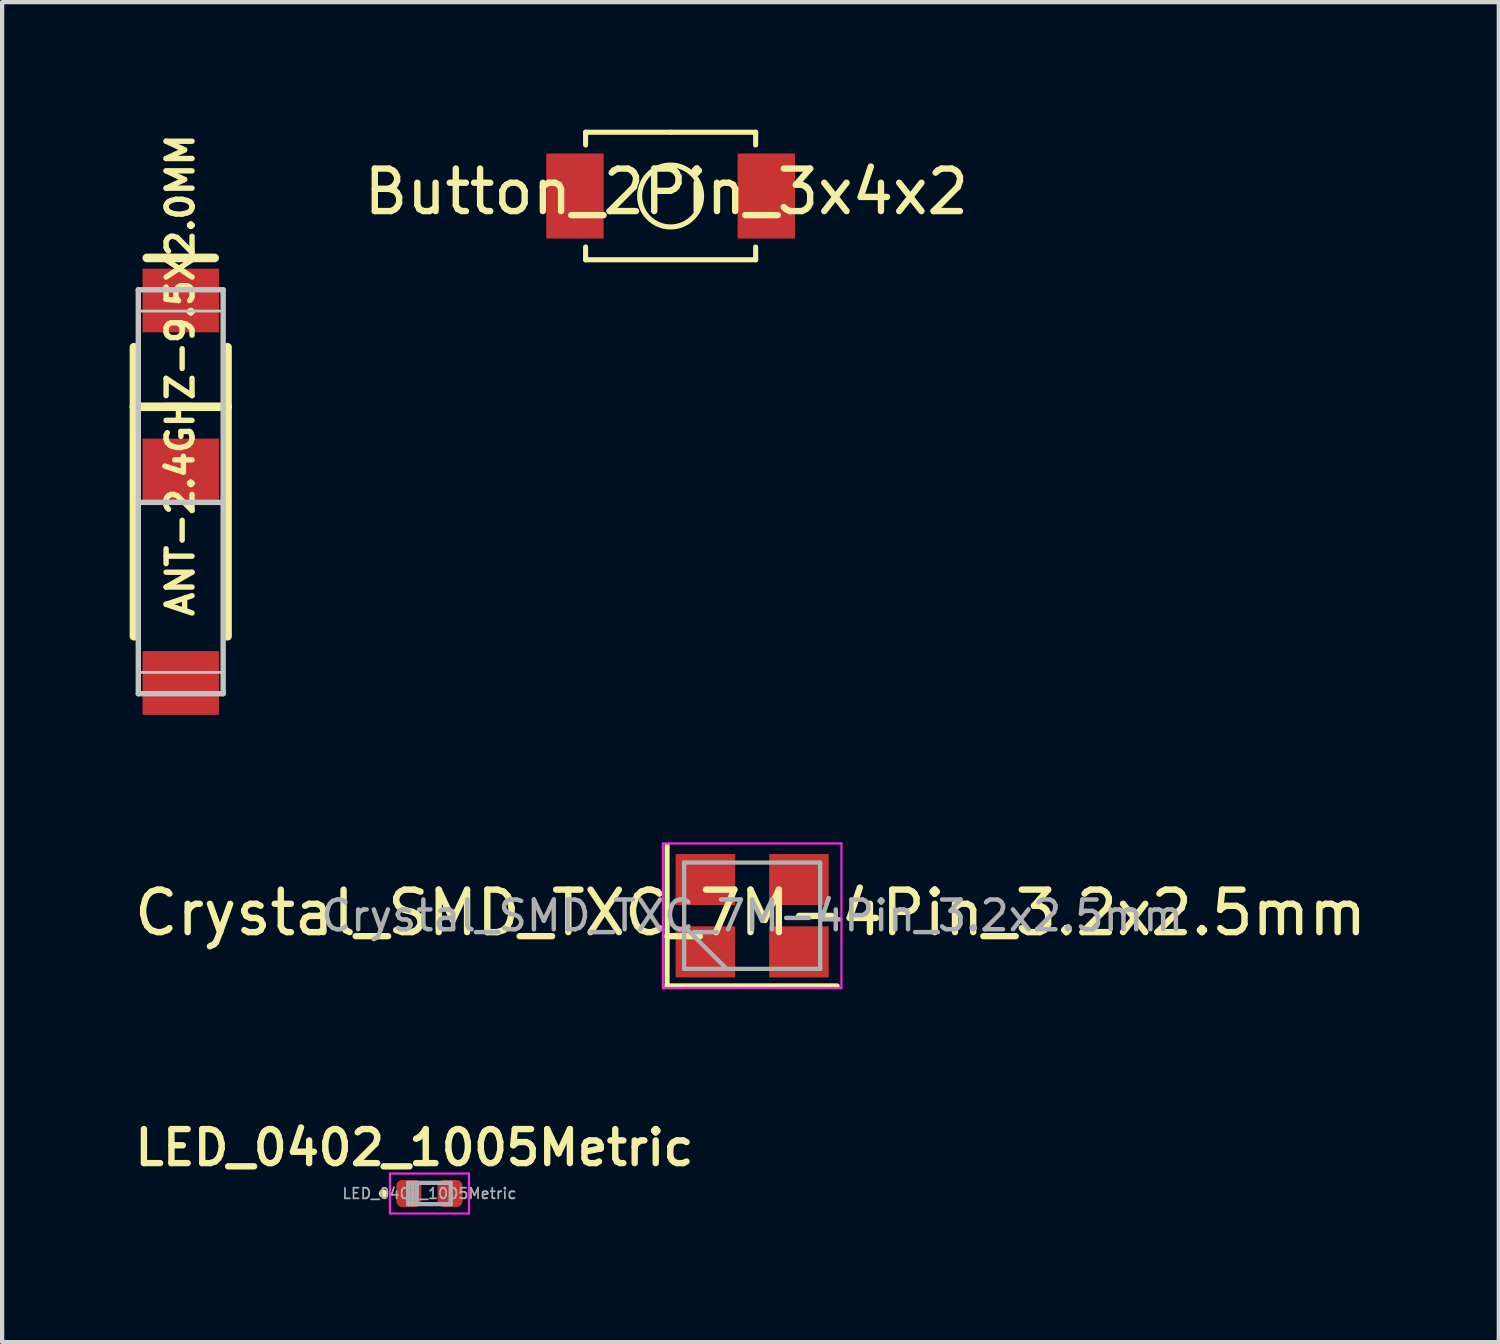
<source format=kicad_pcb>
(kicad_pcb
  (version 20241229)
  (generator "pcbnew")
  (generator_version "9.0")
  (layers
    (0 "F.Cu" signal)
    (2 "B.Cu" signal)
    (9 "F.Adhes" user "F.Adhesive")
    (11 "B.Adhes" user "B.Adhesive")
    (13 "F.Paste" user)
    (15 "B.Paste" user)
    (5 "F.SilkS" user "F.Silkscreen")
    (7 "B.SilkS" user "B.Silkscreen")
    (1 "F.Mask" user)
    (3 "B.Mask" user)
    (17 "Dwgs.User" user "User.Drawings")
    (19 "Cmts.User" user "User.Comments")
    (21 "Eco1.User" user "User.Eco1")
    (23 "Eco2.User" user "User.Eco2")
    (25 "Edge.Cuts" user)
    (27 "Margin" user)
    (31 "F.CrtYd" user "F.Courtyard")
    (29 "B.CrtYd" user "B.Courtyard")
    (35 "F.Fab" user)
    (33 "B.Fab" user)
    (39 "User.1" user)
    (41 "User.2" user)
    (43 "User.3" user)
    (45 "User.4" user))
  (footprint "LED_0402_1005Metric"
    (layer "F.Cu")
    (at 7.051 25.022)
    (property "Reference" "LED_0402_1005Metric" (at -0.354 -1.078 180) (layer "F.SilkS") (effects (font (size 0.8 0.8) (thickness 0.15))))
    (attr smd)
    (fp_circle (center -1.09 0) (end -1.04 0) (stroke (width 0.1) (type solid)) (fill no) (layer "F.SilkS"))
    (fp_line (start -0.93 -0.47) (end 0.93 -0.47) (stroke (width 0.05) (type solid)) (layer "F.CrtYd"))
    (fp_line (start -0.93 0.47) (end -0.93 -0.47) (stroke (width 0.05) (type solid)) (layer "F.CrtYd"))
    (fp_line (start 0.93 -0.47) (end 0.93 0.47) (stroke (width 0.05) (type solid)) (layer "F.CrtYd"))
    (fp_line (start 0.93 0.47) (end -0.93 0.47) (stroke (width 0.05) (type solid)) (layer "F.CrtYd"))
    (fp_line (start -0.5 -0.25) (end 0.5 -0.25) (stroke (width 0.1) (type solid)) (layer "F.Fab"))
    (fp_line (start -0.5 0.25) (end -0.5 -0.25) (stroke (width 0.1) (type solid)) (layer "F.Fab"))
    (fp_line (start -0.4 0.25) (end -0.4 -0.25) (stroke (width 0.1) (type solid)) (layer "F.Fab"))
    (fp_line (start -0.3 0.25) (end -0.3 -0.25) (stroke (width 0.1) (type solid)) (layer "F.Fab"))
    (fp_line (start 0.5 -0.25) (end 0.5 0.25) (stroke (width 0.1) (type solid)) (layer "F.Fab"))
    (fp_line (start 0.5 0.25) (end -0.5 0.25) (stroke (width 0.1) (type solid)) (layer "F.Fab"))
    (fp_text user "${REFERENCE}" (at 0 0 0) (layer "F.Fab") (effects (font (size 0.25 0.25) (thickness 0.04))))
    (pad "1" smd roundrect (at -0.485 0) (size 0.59 0.64) (layers "F.Cu" "F.Mask" "F.Paste") (roundrect_rratio 0.25))
    (pad "2" smd roundrect (at 0.485 0) (size 0.59 0.64) (layers "F.Cu" "F.Mask" "F.Paste") (roundrect_rratio 0.25)))
  (footprint "Crystal_SMD_TXC_7M-4Pin_3.2x2.5mm"
    (layer "F.Cu")
    (at 14.641 18.488)
    (property "Reference" "Crystal_SMD_TXC_7M-4Pin_3.2x2.5mm" (at -0.039 -0.069 0) (layer "F.SilkS") (effects (font (size 1 1) (thickness 0.15))))
    (attr smd)
    (fp_line (start -2 -1.65) (end -2 1.65) (stroke (width 0.12) (type solid)) (layer "F.SilkS"))
    (fp_line (start -2 1.65) (end 2 1.65) (stroke (width 0.12) (type solid)) (layer "F.SilkS"))
    (fp_line (start -2.1 -1.7) (end -2.1 1.7) (stroke (width 0.05) (type solid)) (layer "F.CrtYd"))
    (fp_line (start -2.1 1.7) (end 2.1 1.7) (stroke (width 0.05) (type solid)) (layer "F.CrtYd"))
    (fp_line (start 2.1 -1.7) (end -2.1 -1.7) (stroke (width 0.05) (type solid)) (layer "F.CrtYd"))
    (fp_line (start 2.1 1.7) (end 2.1 -1.7) (stroke (width 0.05) (type solid)) (layer "F.CrtYd"))
    (fp_line (start -1.6 -1.25) (end -1.6 1.25) (stroke (width 0.1) (type solid)) (layer "F.Fab"))
    (fp_line (start -1.6 0.25) (end -0.6 1.25) (stroke (width 0.1) (type solid)) (layer "F.Fab"))
    (fp_line (start -1.6 1.25) (end 1.6 1.25) (stroke (width 0.1) (type solid)) (layer "F.Fab"))
    (fp_line (start 1.6 -1.25) (end -1.6 -1.25) (stroke (width 0.1) (type solid)) (layer "F.Fab"))
    (fp_line (start 1.6 1.25) (end 1.6 -1.25) (stroke (width 0.1) (type solid)) (layer "F.Fab"))
    (fp_text user "${REFERENCE}" (at 0 0 0) (layer "F.Fab") (effects (font (size 0.7 0.7) (thickness 0.105))))
    (pad "1" smd rect (at -1.1 0.85) (size 1.4 1.2) (layers "F.Cu" "F.Mask" "F.Paste"))
    (pad "2" smd rect (at 1.1 0.85) (size 1.4 1.2) (layers "F.Cu" "F.Mask" "F.Paste"))
    (pad "3" smd rect (at 1.1 -0.85) (size 1.4 1.2) (layers "F.Cu" "F.Mask" "F.Paste"))
    (pad "4" smd rect (at -1.1 -0.85) (size 1.4 1.2) (layers "F.Cu" "F.Mask" "F.Paste")))
  (footprint "ANT-2.4GHZ-9.5X2.0MM"
    (layer "F.Cu")
    (at 1.201 8.516)
    (property "Reference" "ANT-2.4GHZ-9.5X2.0MM" (at -0.01 -2.74 270) (layer "F.SilkS") (effects (font (size 0.61 0.61) (thickness 0.127))))
    (attr smd)
    (fp_line (start -1.1 -3.399) (end -1.1 -1.999) (stroke (width 0.203) (type solid)) (layer "F.SilkS"))
    (fp_line (start -1.1 -1.999) (end -1.1 3.399) (stroke (width 0.203) (type solid)) (layer "F.SilkS"))
    (fp_line (start 0.798 -5.499) (end -0.798 -5.499) (stroke (width 0.203) (type solid)) (layer "F.SilkS"))
    (fp_line (start 1.1 -3.399) (end 1.1 -1.999) (stroke (width 0.203) (type solid)) (layer "F.SilkS"))
    (fp_line (start 1.1 -1.999) (end -1.1 -1.999) (stroke (width 0.203) (type solid)) (layer "F.SilkS"))
    (fp_line (start 1.1 -1.999) (end 1.1 3.399) (stroke (width 0.203) (type solid)) (layer "F.SilkS"))
    (fp_line (start -0.998 -4.75) (end 0.998 -4.75) (stroke (width 0.066) (type solid)) (layer "Dwgs.User"))
    (fp_line (start -0.998 -4.75) (end 0.998 -4.75) (stroke (width 0.127) (type solid)) (layer "Dwgs.User"))
    (fp_line (start -0.998 -4.249) (end -0.998 -4.75) (stroke (width 0.066) (type solid)) (layer "Dwgs.User"))
    (fp_line (start -0.998 -4.249) (end 0.998 -4.249) (stroke (width 0.066) (type solid)) (layer "Dwgs.User"))
    (fp_line (start -0.998 0.25) (end 0.998 0.25) (stroke (width 0.066) (type solid)) (layer "Dwgs.User"))
    (fp_line (start -0.998 4.249) (end 0.998 4.249) (stroke (width 0.066) (type solid)) (layer "Dwgs.User"))
    (fp_line (start -0.998 4.75) (end -0.998 -4.75) (stroke (width 0.127) (type solid)) (layer "Dwgs.User"))
    (fp_line (start -0.998 4.75) (end -0.998 4.249) (stroke (width 0.066) (type solid)) (layer "Dwgs.User"))
    (fp_line (start -0.998 4.75) (end 0.998 4.75) (stroke (width 0.066) (type solid)) (layer "Dwgs.User"))
    (fp_line (start 0.998 -4.75) (end 0.998 4.75) (stroke (width 0.127) (type solid)) (layer "Dwgs.User"))
    (fp_line (start 0.998 -4.249) (end 0.998 -4.75) (stroke (width 0.066) (type solid)) (layer "Dwgs.User"))
    (fp_line (start 0.998 0.25) (end -0.998 0.25) (stroke (width 0.127) (type solid)) (layer "Dwgs.User"))
    (fp_line (start 0.998 4.75) (end -0.998 4.75) (stroke (width 0.127) (type solid)) (layer "Dwgs.User"))
    (fp_line (start 0.998 4.75) (end 0.998 4.249) (stroke (width 0.066) (type solid)) (layer "Dwgs.User"))
    (pad "FEED" smd rect (at 0 -4.498) (size 1.798 1.499) (layers "F.Cu" "F.Mask" "F.Paste"))
    (pad "NC" smd rect (at 0 4.498) (size 1.798 1.499) (layers "F.Cu" "F.Mask" "F.Paste"))
    (pad "NC1" smd rect (at 0 -0.5) (size 1.798 1.499) (layers "F.Cu" "F.Mask" "F.Paste")))
  (footprint "Button_2Pin_3x4x2"
    (layer "F.Cu")
    (at 12.723 1.56)
    (property "Reference" "Button_2Pin_3x4x2" (at -0.1 -0.1 180) (layer "F.SilkS") (effects (font (size 1 1) (thickness 0.15))))
    (attr through_hole)
    (fp_line (start -2 -1.5) (end -2 -1.2) (stroke (width 0.12) (type solid)) (layer "F.SilkS"))
    (fp_line (start -2 1.5) (end -2 1.2) (stroke (width 0.12) (type solid)) (layer "F.SilkS"))
    (fp_line (start -2 1.5) (end 2 1.5) (stroke (width 0.12) (type solid)) (layer "F.SilkS"))
    (fp_line (start 0 -1.5) (end -2 -1.5) (stroke (width 0.12) (type solid)) (layer "F.SilkS"))
    (fp_line (start 0 -1.5) (end 2 -1.5) (stroke (width 0.12) (type solid)) (layer "F.SilkS"))
    (fp_line (start 2 -1.5) (end 2 -1.2) (stroke (width 0.12) (type solid)) (layer "F.SilkS"))
    (fp_line (start 2 1.5) (end 2 1.2) (stroke (width 0.12) (type solid)) (layer "F.SilkS"))
    (fp_circle (center 0 0) (end 0.7 0.2) (stroke (width 0.12) (type solid)) (fill no) (layer "F.SilkS"))
    (pad "A" smd rect (at -2.25 0) (size 1.35 2) (layers "F.Cu" "F.Mask" "F.Paste"))
    (pad "K" smd rect (at 2.25 0) (size 1.35 2) (layers "F.Cu" "F.Mask" "F.Paste")))
  (gr_rect
    (start -3 -3)
    (end 32.202 28.517)
    (stroke (width 0.1) (type default))
    (fill no)
    (layer "Edge.Cuts")))
</source>
